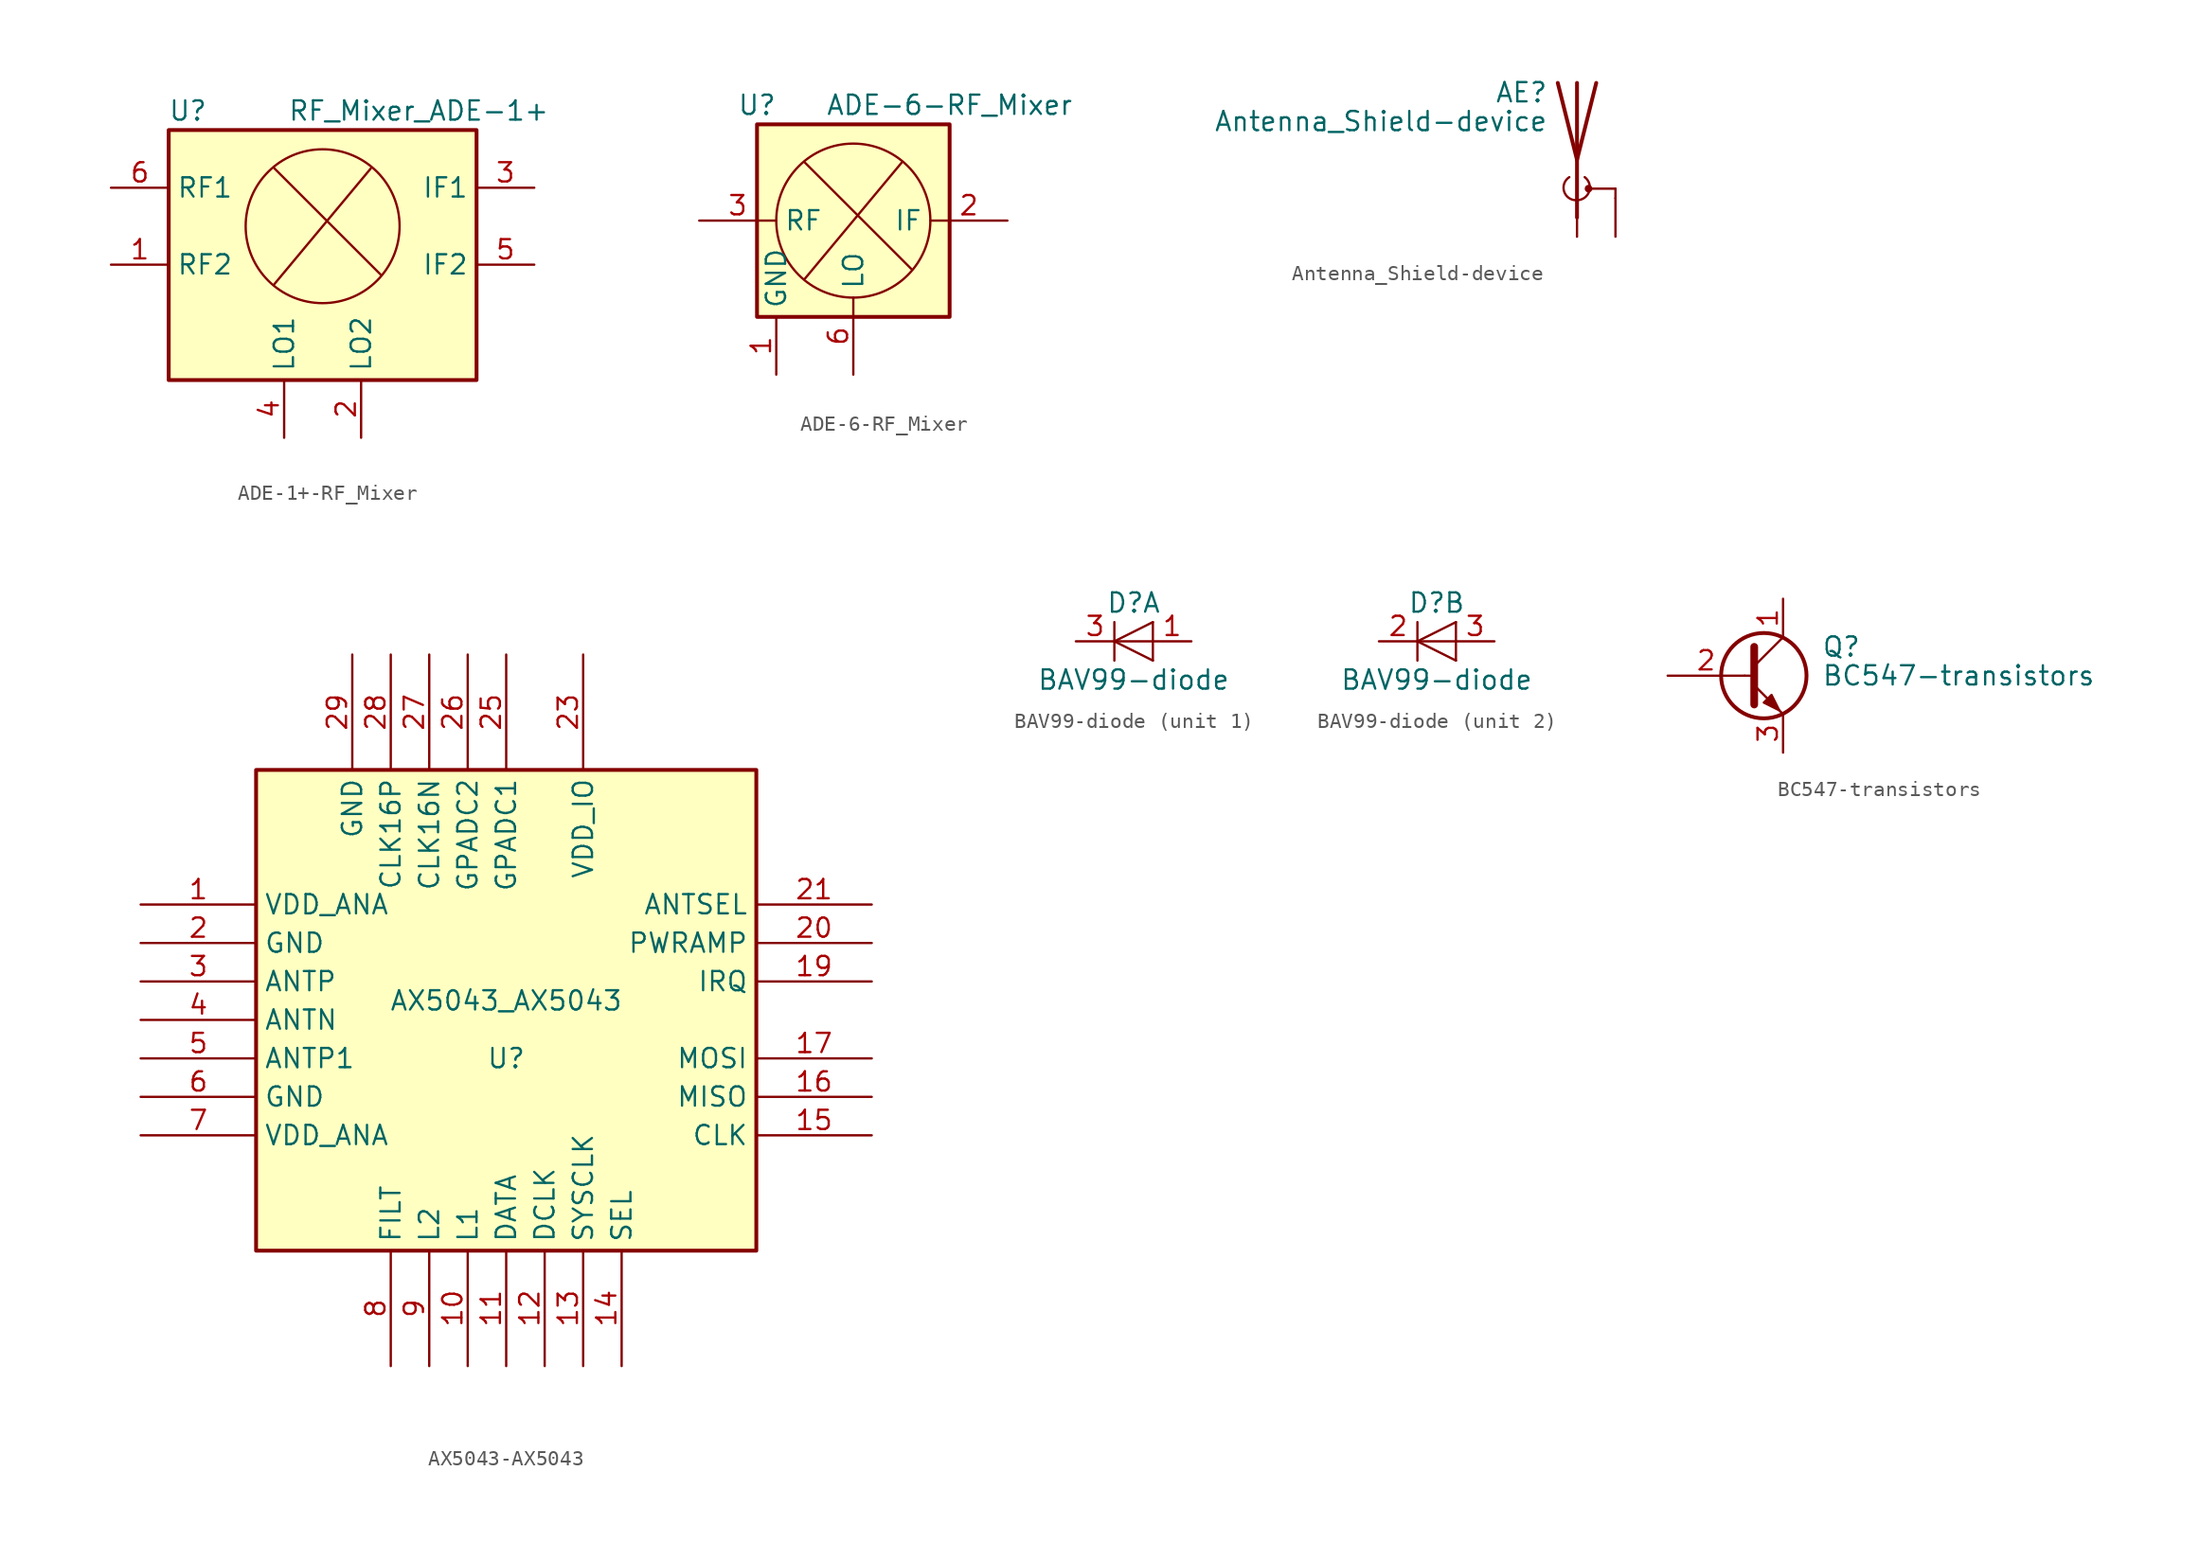
<source format=kicad_sym>
(kicad_symbol_lib
  (version 20220914)
  (generator kicad_symbol_editor)
  (symbol "ADE-1+-RF_Mixer"
    (property "Reference" "U"
      (at -8.89 7.62 0)
      (effects (font (size 1.27 1.27))))
    (property "Value" "RF_Mixer_ADE-1+"
      (at 6.35 7.62 0)
      (effects (font (size 1.27 1.27))))
    (symbol "ADE-1+-RF_Mixer_0_1"
      (rectangle (start -10.16 6.35) (end 10.16 -10.16) (stroke (width 0.254) (type solid)) (fill (type background)))
      (polyline (pts (xy -3.175 -3.81) (xy 3.175 3.81)) (stroke (width 0) (type solid)) (fill (type none)))
      (polyline (pts (xy 3.81 -3.175) (xy -3.175 3.81)) (stroke (width 0) (type solid)) (fill (type none)))
      (circle (center 0 0) (radius 5.08) (stroke (width 0) (type solid)) (fill (type none))))
    (symbol "ADE-1+-RF_Mixer_1_1"
      (pin bidirectional line (at -13.97 -2.54 0) (length 3.81) (name "RF2" (effects (font (size 1.27 1.27)))) (number "1" (effects (font (size 1.27 1.27)))))
      (pin bidirectional line (at 2.54 -13.97 90) (length 3.81) (name "LO2" (effects (font (size 1.27 1.27)))) (number "2" (effects (font (size 1.27 1.27)))))
      (pin input line (at 13.97 2.54 180) (length 3.81) (name "IF1" (effects (font (size 1.27 1.27)))) (number "3" (effects (font (size 1.27 1.27)))))
      (pin bidirectional line (at -2.54 -13.97 90) (length 3.81) (name "LO1" (effects (font (size 1.27 1.27)))) (number "4" (effects (font (size 1.27 1.27)))))
      (pin bidirectional line (at 13.97 -2.54 180) (length 3.81) (name "IF2" (effects (font (size 1.27 1.27)))) (number "5" (effects (font (size 1.27 1.27)))))
      (pin bidirectional line (at -13.97 2.54 0) (length 3.81) (name "RF1" (effects (font (size 1.27 1.27)))) (number "6" (effects (font (size 1.27 1.27)))))))
  (symbol "ADE-6-RF_Mixer"
    (property "Reference" "U"
      (at -6.35 7.62 0)
      (effects (font (size 1.27 1.27))))
    (property "Value" "ADE-6-RF_Mixer"
      (at 6.35 7.62 0)
      (effects (font (size 1.27 1.27))))
    (symbol "ADE-6-RF_Mixer_0_1"
      (rectangle (start -6.35 6.35) (end 6.35 -6.35) (stroke (width 0.254) (type solid)) (fill (type background)))
      (polyline (pts (xy -3.175 -3.81) (xy 3.175 3.81)) (stroke (width 0) (type solid)) (fill (type none)))
      (polyline (pts (xy 3.81 -3.175) (xy -3.175 3.81)) (stroke (width 0) (type solid)) (fill (type none)))
      (circle (center 0 0) (radius 5.08) (stroke (width 0) (type solid)) (fill (type none))))
    (symbol "ADE-6-RF_Mixer_1_1"
      (pin power_in line (at -5.08 -10.16 90) (length 3.81) (name "GND" (effects (font (size 1.27 1.27)))) (number "1" (effects (font (size 1.27 1.27)))))
      (pin output line (at 10.16 0 180) (length 5.08) (name "IF" (effects (font (size 1.27 1.27)))) (number "2" (effects (font (size 1.27 1.27)))))
      (pin input line (at -10.16 0 0) (length 5.08) (name "RF" (effects (font (size 1.27 1.27)))) (number "3" (effects (font (size 1.27 1.27)))))
      (pin passive line (at -5.08 -10.16 90) (length 3.81) hide (name "GND" (effects (font (size 1.27 1.27)))) (number "4" (effects (font (size 1.27 1.27)))))
      (pin passive line (at -5.08 -10.16 90) (length 3.81) hide (name "GND" (effects (font (size 1.27 1.27)))) (number "5" (effects (font (size 1.27 1.27)))))
      (pin input line (at 0 -10.16 90) (length 5.08) (name "LO" (effects (font (size 1.27 1.27)))) (number "6" (effects (font (size 1.27 1.27)))))))
  (symbol "Antenna_Shield-device"
    (pin_numbers hide)
    (pin_names
      (offset 1.016) hide)
    (property "Reference" "AE"
      (at -1.905 4.445 0)
      (effects (font (size 1.27 1.27)) (justify right)))
    (property "Value" "Antenna_Shield-device"
      (at -1.905 2.54 0)
      (effects (font (size 1.27 1.27)) (justify right)))
    (symbol "Antenna_Shield-device_0_1"
      (arc (start -0.508 -1.143) (mid -0.8429 -2.1194) (end 0 -2.667) (stroke (width 0) (type solid)) (fill (type none)))
      (arc (start 0 -2.667) (mid 0.7989 -2.1052) (end 0.508 -1.143) (stroke (width 0) (type solid)) (fill (type none)))
      (polyline (pts (xy 0 -2.54) (xy 0 0)) (stroke (width 0) (type solid)) (fill (type none)))
      (polyline (pts (xy 0 5.08) (xy 0 -3.81)) (stroke (width 0.254) (type solid)) (fill (type none)))
      (polyline (pts (xy 0.762 -1.905) (xy 2.54 -1.905)) (stroke (width 0) (type solid)) (fill (type none)))
      (polyline (pts (xy 2.54 -2.54) (xy 2.54 -1.905)) (stroke (width 0) (type solid)) (fill (type none)))
      (polyline (pts (xy 1.27 5.08) (xy 0 0) (xy -1.27 5.08)) (stroke (width 0.254) (type solid)) (fill (type none)))
      (circle (center 0.762 -1.905) (radius 0.178) (stroke (width 0) (type solid)) (fill (type outline))))
    (symbol "Antenna_Shield-device_1_1"
      (pin input line (at 0 -5.08 90) (length 2.54) (name "A" (effects (font (size 1.27 1.27)))) (number "1" (effects (font (size 1.27 1.27)))))
      (pin input line (at 2.54 -5.08 90) (length 2.54) (name "Shield" (effects (font (size 1.27 1.27)))) (number "2" (effects (font (size 1.27 1.27)))))))
  (symbol "AX5043-AX5043"
    (property "Reference" "U"
      (at 0 -2.54 0)
      (effects (font (size 1.27 1.27))))
    (property "Value" "AX5043_AX5043"
      (at 0 1.27 0)
      (effects (font (size 1.27 1.27))))
    (symbol "AX5043-AX5043_1_0"
      (rectangle (start -16.51 -15.24) (end 16.51 16.51) (stroke (width 0.254) (type solid)) (fill (type background))))
    (symbol "AX5043-AX5043_1_1"
      (pin power_out line (at -24.13 7.62 0) (length 7.62) (name "VDD_ANA" (effects (font (size 1.27 1.27)))) (number "1" (effects (font (size 1.27 1.27)))))
      (pin passive line (at -2.54 -22.86 90) (length 7.62) (name "L1" (effects (font (size 1.27 1.27)))) (number "10" (effects (font (size 1.27 1.27)))))
      (pin bidirectional line (at 0 -22.86 90) (length 7.62) (name "DATA" (effects (font (size 1.27 1.27)))) (number "11" (effects (font (size 1.27 1.27)))))
      (pin bidirectional line (at 2.54 -22.86 90) (length 7.62) (name "DCLK" (effects (font (size 1.27 1.27)))) (number "12" (effects (font (size 1.27 1.27)))))
      (pin bidirectional line (at 5.08 -22.86 90) (length 7.62) (name "SYSCLK" (effects (font (size 1.27 1.27)))) (number "13" (effects (font (size 1.27 1.27)))))
      (pin input line (at 7.62 -22.86 90) (length 7.62) (name "SEL" (effects (font (size 1.27 1.27)))) (number "14" (effects (font (size 1.27 1.27)))))
      (pin input line (at 24.13 -7.62 180) (length 7.62) (name "CLK" (effects (font (size 1.27 1.27)))) (number "15" (effects (font (size 1.27 1.27)))))
      (pin output line (at 24.13 -5.08 180) (length 7.62) (name "MISO" (effects (font (size 1.27 1.27)))) (number "16" (effects (font (size 1.27 1.27)))))
      (pin input line (at 24.13 -2.54 180) (length 7.62) (name "MOSI" (effects (font (size 1.27 1.27)))) (number "17" (effects (font (size 1.27 1.27)))))
      (pin no_connect line (at 24.13 0 180) (length 7.62) hide (name "NC" (effects (font (size 1.27 1.27)))) (number "18" (effects (font (size 1.27 1.27)))))
      (pin bidirectional line (at 24.13 2.54 180) (length 7.62) (name "IRQ" (effects (font (size 1.27 1.27)))) (number "19" (effects (font (size 1.27 1.27)))))
      (pin power_in line (at -24.13 5.08 0) (length 7.62) (name "GND" (effects (font (size 1.27 1.27)))) (number "2" (effects (font (size 1.27 1.27)))))
      (pin bidirectional line (at 24.13 5.08 180) (length 7.62) (name "PWRAMP" (effects (font (size 1.27 1.27)))) (number "20" (effects (font (size 1.27 1.27)))))
      (pin bidirectional line (at 24.13 7.62 180) (length 7.62) (name "ANTSEL" (effects (font (size 1.27 1.27)))) (number "21" (effects (font (size 1.27 1.27)))))
      (pin no_connect line (at 7.62 24.13 270) (length 7.62) hide (name "NC" (effects (font (size 1.27 1.27)))) (number "22" (effects (font (size 1.27 1.27)))))
      (pin power_in line (at 5.08 24.13 270) (length 7.62) (name "VDD_IO" (effects (font (size 1.27 1.27)))) (number "23" (effects (font (size 1.27 1.27)))))
      (pin no_connect line (at 2.54 24.13 270) (length 7.62) hide (name "NC" (effects (font (size 1.27 1.27)))) (number "24" (effects (font (size 1.27 1.27)))))
      (pin input line (at 0 24.13 270) (length 7.62) (name "GPADC1" (effects (font (size 1.27 1.27)))) (number "25" (effects (font (size 1.27 1.27)))))
      (pin input line (at -2.54 24.13 270) (length 7.62) (name "GPADC2" (effects (font (size 1.27 1.27)))) (number "26" (effects (font (size 1.27 1.27)))))
      (pin input line (at -5.08 24.13 270) (length 7.62) (name "CLK16N" (effects (font (size 1.27 1.27)))) (number "27" (effects (font (size 1.27 1.27)))))
      (pin input line (at -7.62 24.13 270) (length 7.62) (name "CLK16P" (effects (font (size 1.27 1.27)))) (number "28" (effects (font (size 1.27 1.27)))))
      (pin power_in line (at -10.16 24.13 270) (length 7.62) (name "GND" (effects (font (size 1.27 1.27)))) (number "29" (effects (font (size 1.27 1.27)))))
      (pin input line (at -24.13 2.54 0) (length 7.62) (name "ANTP" (effects (font (size 1.27 1.27)))) (number "3" (effects (font (size 1.27 1.27)))))
      (pin input line (at -24.13 0 0) (length 7.62) (name "ANTN" (effects (font (size 1.27 1.27)))) (number "4" (effects (font (size 1.27 1.27)))))
      (pin input line (at -24.13 -2.54 0) (length 7.62) (name "ANTP1" (effects (font (size 1.27 1.27)))) (number "5" (effects (font (size 1.27 1.27)))))
      (pin power_in line (at -24.13 -5.08 0) (length 7.62) (name "GND" (effects (font (size 1.27 1.27)))) (number "6" (effects (font (size 1.27 1.27)))))
      (pin power_out line (at -24.13 -7.62 0) (length 7.62) (name "VDD_ANA" (effects (font (size 1.27 1.27)))) (number "7" (effects (font (size 1.27 1.27)))))
      (pin input line (at -7.62 -22.86 90) (length 7.62) (name "FILT" (effects (font (size 1.27 1.27)))) (number "8" (effects (font (size 1.27 1.27)))))
      (pin passive line (at -5.08 -22.86 90) (length 7.62) (name "L2" (effects (font (size 1.27 1.27)))) (number "9" (effects (font (size 1.27 1.27)))))))
  (symbol "BAV99-diode"
    (pin_names
      (offset 1.016) hide)
    (property "Reference" "D"
      (at 0 2.54 0)
      (effects (font (size 1.27 1.27))))
    (property "Value" "BAV99-diode"
      (at 0 -2.54 0)
      (effects (font (size 1.27 1.27))))
    (symbol "BAV99-diode_0_1"
      (polyline (pts (xy -1.27 1.27) (xy -1.27 -1.27)) (stroke (width 0.152) (type solid)) (fill (type none)))
      (polyline (pts (xy 1.27 0) (xy -1.27 0)) (stroke (width 0) (type solid)) (fill (type none)))
      (polyline (pts (xy 1.27 1.27) (xy 1.27 -1.27)) (stroke (width 0) (type solid)) (fill (type none)))
      (polyline (pts (xy 1.27 1.27) (xy -1.27 0) (xy 1.27 -1.27)) (stroke (width 0) (type solid)) (fill (type none))))
    (symbol "BAV99-diode_1_1"
      (pin passive line (at 3.81 0 180) (length 2.54) (name "A" (effects (font (size 1.27 1.27)))) (number "1" (effects (font (size 1.27 1.27)))))
      (pin passive line (at -3.81 0 0) (length 2.54) (name "K" (effects (font (size 1.27 1.27)))) (number "3" (effects (font (size 1.27 1.27))))))
    (symbol "BAV99-diode_2_1"
      (pin passive line (at -3.81 0 0) (length 2.54) (name "K" (effects (font (size 1.27 1.27)))) (number "2" (effects (font (size 1.27 1.27)))))
      (pin passive line (at 3.81 0 180) (length 2.54) (name "A" (effects (font (size 1.27 1.27)))) (number "3" (effects (font (size 1.27 1.27)))))))
  (symbol "BC547-transistors"
    (pin_names
      (offset 0) hide)
    (property "Reference" "Q"
      (at 5.08 1.905 0)
      (effects (font (size 1.27 1.27)) (justify left)))
    (property "Value" "BC547-transistors"
      (at 5.08 0 0)
      (effects (font (size 1.27 1.27)) (justify left)))
    (symbol "BC547-transistors_0_1"
      (polyline (pts (xy 0 0) (xy 0.635 0)) (stroke (width 0) (type solid)) (fill (type none)))
      (polyline (pts (xy 0.635 0.635) (xy 2.54 2.54)) (stroke (width 0) (type solid)) (fill (type none)))
      (polyline (pts (xy 0.635 -0.635) (xy 2.54 -2.54) (xy 2.54 -2.54)) (stroke (width 0) (type solid)) (fill (type none)))
      (polyline (pts (xy 0.635 1.905) (xy 0.635 -1.905) (xy 0.635 -1.905)) (stroke (width 0.508) (type solid)) (fill (type none)))
      (polyline (pts (xy 1.27 -1.778) (xy 1.778 -1.27) (xy 2.286 -2.286) (xy 1.27 -1.778) (xy 1.27 -1.778)) (stroke (width 0) (type solid)) (fill (type outline)))
      (circle (center 1.27 0) (radius 2.819) (stroke (width 0.254) (type solid)) (fill (type none))))
    (symbol "BC547-transistors_1_1"
      (pin passive line (at 2.54 5.08 270) (length 2.54) (name "C" (effects (font (size 1.27 1.27)))) (number "1" (effects (font (size 1.27 1.27)))))
      (pin input line (at -5.08 0 0) (length 5.08) (name "B" (effects (font (size 1.27 1.27)))) (number "2" (effects (font (size 1.27 1.27)))))
      (pin passive line (at 2.54 -5.08 90) (length 2.54) (name "E" (effects (font (size 1.27 1.27)))) (number "3" (effects (font (size 1.27 1.27))))))))
</source>
